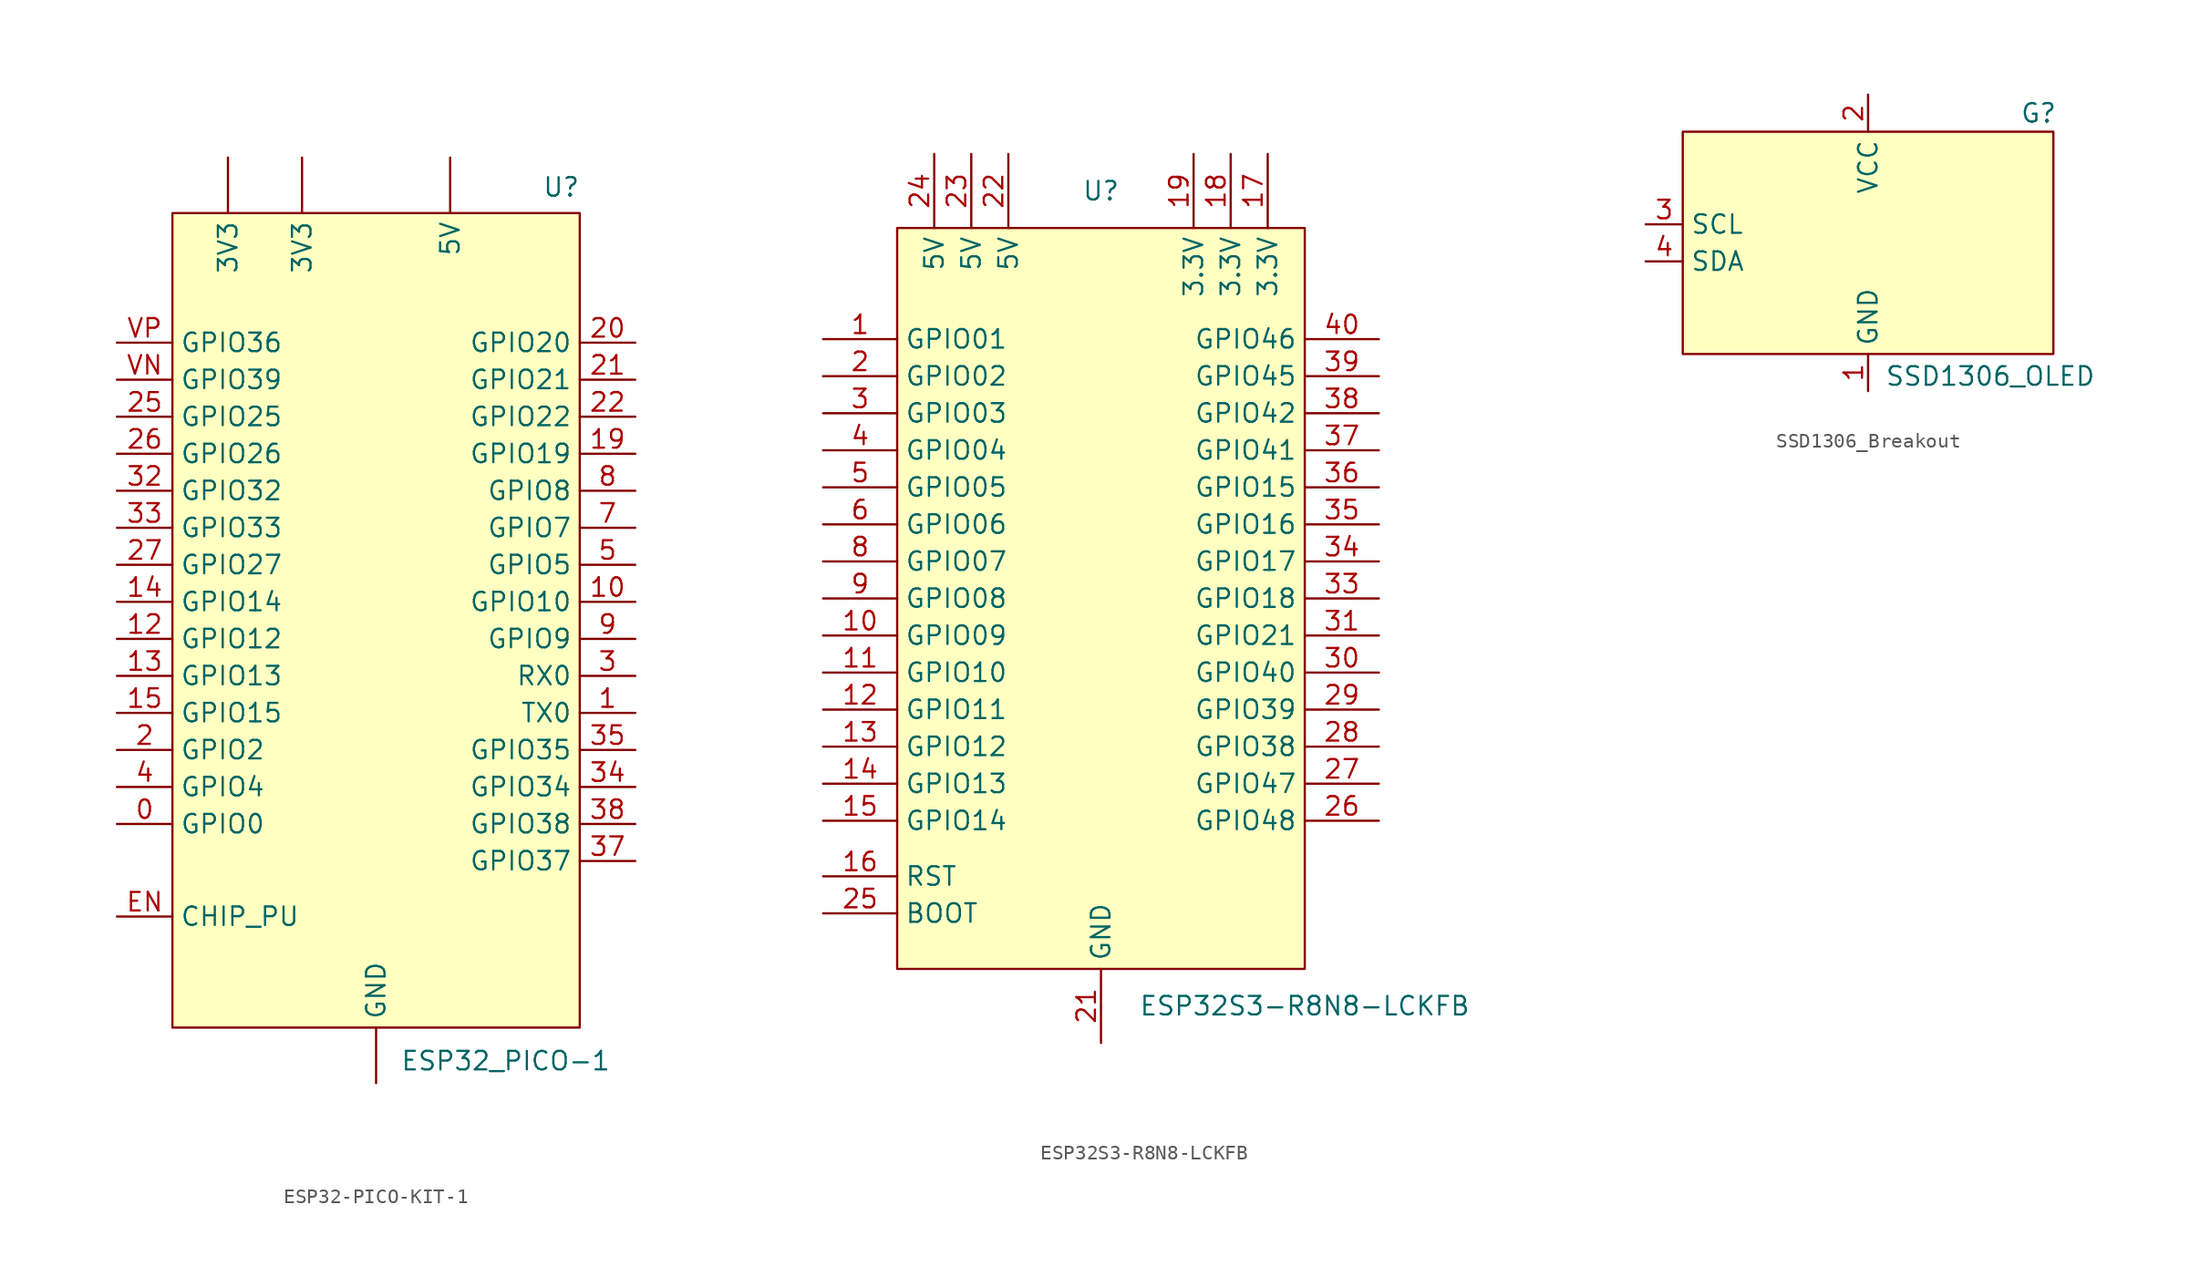
<source format=kicad_sym>
(kicad_symbol_lib
  (version 20241209)
  (generator "kicad_symbol_editor")
  (generator_version "9.0")
  (symbol "ESP32-PICO-KIT-1"
    (property "Reference" "U"
      (at 12.7 29.718 0)
      (effects (font (size 1.27 1.27))))
    (property "Value" "ESP32_PICO-1"
      (at 8.89 -30.226 0)
      (effects (font (size 1.27 1.27))))
    (symbol "ESP32-PICO-KIT-1_1_1"
      (rectangle (start -13.97 27.94) (end 13.97 -27.94) (stroke (width 0) (type solid)) (fill (type background)))
      (pin bidirectional line (at -17.78 19.05 0) (length 3.81) (name "GPIO36" (effects (font (size 1.27 1.27)))) (number "VP" (effects (font (size 1.27 1.27)))) (alternate "ADC1_CH0" input line) (alternate "RTC_GPIO0" bidirectional line))
      (pin bidirectional line (at -17.78 16.51 0) (length 3.81) (name "GPIO39" (effects (font (size 1.27 1.27)))) (number "VN" (effects (font (size 1.27 1.27)))) (alternate "ADC1_CH3" input line) (alternate "RTC_GPIO3" bidirectional line))
      (pin bidirectional line (at -17.78 13.97 0) (length 3.81) (name "GPIO25" (effects (font (size 1.27 1.27)))) (number "25" (effects (font (size 1.27 1.27)))) (alternate "ADC2_CH8" input line) (alternate "DAC_1" output line) (alternate "EMAC_RXD0" input line) (alternate "RTC_GPIO6" bidirectional line))
      (pin bidirectional line (at -17.78 11.43 0) (length 3.81) (name "GPIO26" (effects (font (size 1.27 1.27)))) (number "26" (effects (font (size 1.27 1.27)))) (alternate "ADC2_CH9" input line) (alternate "DAC_2" output line) (alternate "EMAC_RXD1" input line) (alternate "RTC_GPIO7" bidirectional line))
      (pin bidirectional line (at -17.78 8.89 0) (length 3.81) (name "GPIO32" (effects (font (size 1.27 1.27)))) (number "32" (effects (font (size 1.27 1.27)))) (alternate "32K_XP" bidirectional line) (alternate "ADC1_CH4" input line) (alternate "RTC_GPIO9" bidirectional line) (alternate "TOUCH9" input line))
      (pin bidirectional line (at -17.78 6.35 0) (length 3.81) (name "GPIO33" (effects (font (size 1.27 1.27)))) (number "33" (effects (font (size 1.27 1.27)))) (alternate "32K_XN" bidirectional line) (alternate "ADC1_CH5" input line) (alternate "RTC_GPIO8" bidirectional line) (alternate "TOUCH8" input line))
      (pin bidirectional line (at -17.78 3.81 0) (length 3.81) (name "GPIO27" (effects (font (size 1.27 1.27)))) (number "27" (effects (font (size 1.27 1.27)))) (alternate "ADC2_CH7" input line) (alternate "EMAC_RX_DV" bidirectional line) (alternate "RTC_GPIO17" bidirectional line) (alternate "TOUCH7" input line))
      (pin bidirectional line (at -17.78 1.27 0) (length 3.81) (name "GPIO14" (effects (font (size 1.27 1.27)))) (number "14" (effects (font (size 1.27 1.27)))) (alternate "ADC2_CH6" input line) (alternate "EMAC_TXD2" output line) (alternate "HS2_CLK" bidirectional clock) (alternate "HSPICLK" bidirectional clock) (alternate "MTMS" bidirectional line) (alternate "RTC_GPIO16" bidirectional line) (alternate "SD_CLK" bidirectional clock) (alternate "TOUCH6" input line))
      (pin bidirectional line (at -17.78 -1.27 0) (length 3.81) (name "GPIO12" (effects (font (size 1.27 1.27)))) (number "12" (effects (font (size 1.27 1.27)))) (alternate "ADC2_CH5" input line) (alternate "EMAC_TXD3" output line) (alternate "HSPIQ" bidirectional line) (alternate "HS_DATA2" bidirectional line) (alternate "MTDI" input line) (alternate "RTC_GPIO15" bidirectional line) (alternate "SD_DATA2" bidirectional line) (alternate "TOUCH5" input line))
      (pin bidirectional line (at -17.78 -3.81 0) (length 3.81) (name "GPIO13" (effects (font (size 1.27 1.27)))) (number "13" (effects (font (size 1.27 1.27)))) (alternate "ADC2_CH4" input line) (alternate "EMAC_RX_ER" output line) (alternate "HSPID" bidirectional line) (alternate "HS_DATA3" bidirectional line) (alternate "MTCK" bidirectional clock) (alternate "RTC_GPIO14" bidirectional line) (alternate "SD_DATA3" bidirectional line) (alternate "TOUCH4" input line))
      (pin bidirectional line (at -17.78 -6.35 0) (length 3.81) (name "GPIO15" (effects (font (size 1.27 1.27)))) (number "15" (effects (font (size 1.27 1.27)))) (alternate "ADC2_CH3" input line) (alternate "EMAC_RXD3" input line) (alternate "HS2_CMD" bidirectional line) (alternate "HSPICS0" bidirectional line) (alternate "MTDO" output line) (alternate "RTC_GPIO13" bidirectional line) (alternate "SD_CMD" bidirectional line) (alternate "TOUCH3" input line))
      (pin bidirectional line (at -17.78 -8.89 0) (length 3.81) (name "GPIO2" (effects (font (size 1.27 1.27)))) (number "2" (effects (font (size 1.27 1.27)))) (alternate "ADC2_CH2" input line) (alternate "HS2_DATA0" bidirectional line) (alternate "HSPIWP" bidirectional line) (alternate "RTC_GPIO12" bidirectional line) (alternate "SD_DATA0" bidirectional line) (alternate "TOUCH2" input line))
      (pin bidirectional line (at -17.78 -11.43 0) (length 3.81) (name "GPIO4" (effects (font (size 1.27 1.27)))) (number "4" (effects (font (size 1.27 1.27)))) (alternate "ADC2_CH0" input line) (alternate "EMAC_TX_ER" output line) (alternate "HS2_DATA1" bidirectional line) (alternate "HSPIHD" bidirectional line) (alternate "RTC_GPIO10" bidirectional line) (alternate "SD_DATA1" bidirectional line) (alternate "TOUCH0" input line))
      (pin bidirectional line (at -17.78 -13.97 0) (length 3.81) (name "GPIO0" (effects (font (size 1.27 1.27)))) (number "0" (effects (font (size 1.27 1.27)))) (alternate "ADC2_CH1" input line) (alternate "CLK_OUT1" output clock) (alternate "EMAC_TX_CLK" bidirectional clock) (alternate "RTC_GPIO11" bidirectional line) (alternate "TOUCH1" input line))
      (pin input line (at -17.78 -20.32 0) (length 3.81) (name "CHIP_PU" (effects (font (size 1.27 1.27)))) (number "EN" (effects (font (size 1.27 1.27)))))
      (pin power_in line (at -10.16 31.75 270) (length 3.81) (name "3V3" (effects (font (size 1.27 1.27)))) (number "3V3" (effects (font (size 0 0)))))
      (pin power_in line (at -5.08 31.75 270) (length 3.81) (name "3V3" (effects (font (size 1.27 1.27)))) (number "3V3" (effects (font (size 0 0)))))
      (pin power_in line (at 0 -31.75 90) (length 3.81) (name "GND" (effects (font (size 1.27 1.27)))) (number "GND" (effects (font (size 0 0)))))
      (pin power_in line (at 5.08 31.75 270) (length 3.81) (name "5V" (effects (font (size 1.27 1.27)))) (number "5V" (effects (font (size 0 0)))))
      (pin bidirectional line (at 17.78 19.05 180) (length 3.81) (name "GPIO20" (effects (font (size 1.27 1.27)))) (number "20" (effects (font (size 1.27 1.27)))))
      (pin bidirectional line (at 17.78 16.51 180) (length 3.81) (name "GPIO21" (effects (font (size 1.27 1.27)))) (number "21" (effects (font (size 1.27 1.27)))) (alternate "EMAC_TX_EN" bidirectional line) (alternate "VSPIHD" passive line))
      (pin bidirectional line (at 17.78 13.97 180) (length 3.81) (name "GPIO22" (effects (font (size 1.27 1.27)))) (number "22" (effects (font (size 1.27 1.27)))) (alternate "EMAC_TXD1" output line) (alternate "U0RTS" bidirectional line) (alternate "VSPIWP" bidirectional line))
      (pin bidirectional line (at 17.78 11.43 180) (length 3.81) (name "GPIO19" (effects (font (size 1.27 1.27)))) (number "19" (effects (font (size 1.27 1.27)))) (alternate "EMAC_TXD0" output line) (alternate "U0CTS" bidirectional line) (alternate "VSPIQ" bidirectional line))
      (pin bidirectional line (at 17.78 8.89 180) (length 3.81) (name "GPIO8" (effects (font (size 1.27 1.27)))) (number "8" (effects (font (size 1.27 1.27)))) (alternate "HS1_DATA1" bidirectional line) (alternate "SD_DATA1" bidirectional line) (alternate "U2CTS" bidirectional line))
      (pin bidirectional line (at 17.78 6.35 180) (length 3.81) (name "GPIO7" (effects (font (size 1.27 1.27)))) (number "7" (effects (font (size 1.27 1.27)))) (alternate "HS1_DATA0" bidirectional line) (alternate "SD_DATA0" bidirectional line) (alternate "U2RTS" bidirectional line))
      (pin bidirectional line (at 17.78 3.81 180) (length 3.81) (name "GPIO5" (effects (font (size 1.27 1.27)))) (number "5" (effects (font (size 1.27 1.27)))) (alternate "EMAC_RX_CLK" bidirectional clock) (alternate "HS1_DATA6" bidirectional line) (alternate "VSPICS0" output line))
      (pin bidirectional line (at 17.78 1.27 180) (length 3.81) (name "GPIO10" (effects (font (size 1.27 1.27)))) (number "10" (effects (font (size 1.27 1.27)))) (alternate "HS1_DATA3" bidirectional line) (alternate "SD_DATA3" bidirectional line) (alternate "SPIWP" output line) (alternate "U1TXD" output line))
      (pin bidirectional line (at 17.78 -1.27 180) (length 3.81) (name "GPIO9" (effects (font (size 1.27 1.27)))) (number "9" (effects (font (size 1.27 1.27)))) (alternate "HS1_DATA2" bidirectional line) (alternate "SD_DATA2" bidirectional line) (alternate "SPIHD" bidirectional line) (alternate "U1RXD" input line))
      (pin input line (at 17.78 -3.81 180) (length 3.81) (name "RX0" (effects (font (size 1.27 1.27)))) (number "3" (effects (font (size 1.27 1.27)))) (alternate "CLK_OUT2" output clock) (alternate "GPIO3" bidirectional line))
      (pin output line (at 17.78 -6.35 180) (length 3.81) (name "TX0" (effects (font (size 1.27 1.27)))) (number "1" (effects (font (size 1.27 1.27)))) (alternate "CLK_OUT3" output clock) (alternate "EMAC_RXD2" input line) (alternate "GPIO1" bidirectional line))
      (pin bidirectional line (at 17.78 -8.89 180) (length 3.81) (name "GPIO35" (effects (font (size 1.27 1.27)))) (number "35" (effects (font (size 1.27 1.27)))) (alternate "ADC1_CH7" input line) (alternate "RTC_GPIO5" bidirectional line))
      (pin bidirectional line (at 17.78 -11.43 180) (length 3.81) (name "GPIO34" (effects (font (size 1.27 1.27)))) (number "34" (effects (font (size 1.27 1.27)))) (alternate "ADC1_CH6" input line) (alternate "RTC_GPIO4" bidirectional line))
      (pin bidirectional line (at 17.78 -13.97 180) (length 3.81) (name "GPIO38" (effects (font (size 1.27 1.27)))) (number "38" (effects (font (size 1.27 1.27)))) (alternate "ADC1_CH2" input line) (alternate "RTC_GPIO2" bidirectional line))
      (pin bidirectional line (at 17.78 -16.51 180) (length 3.81) (name "GPIO37" (effects (font (size 1.27 1.27)))) (number "37" (effects (font (size 1.27 1.27)))) (alternate "ADC1_CH1" input line) (alternate "RTC_GPIO1" bidirectional line))))
  (symbol "ESP32S3-R8N8-LCKFB"
    (property "Reference" "U"
      (at 0 27.94 0)
      (effects (font (size 1.27 1.27))))
    (property "Value" "ESP32S3-R8N8-LCKFB"
      (at 13.97 -27.94 0)
      (effects (font (size 1.27 1.27))))
    (symbol "ESP32S3-R8N8-LCKFB_0_1"
      (pin input line (at -19.05 -19.05 0) (length 5.08) (name "RST" (effects (font (size 1.27 1.27)))) (number "16" (effects (font (size 1.27 1.27)))))
      (pin input line (at -19.05 -21.59 0) (length 5.08) (name "BOOT" (effects (font (size 1.27 1.27)))) (number "25" (effects (font (size 1.27 1.27)))))
      (pin power_in line (at -11.43 30.48 270) (length 5.08) (name "5V" (effects (font (size 1.27 1.27)))) (number "24" (effects (font (size 1.27 1.27)))))
      (pin power_in line (at -8.89 30.48 270) (length 5.08) (name "5V" (effects (font (size 1.27 1.27)))) (number "23" (effects (font (size 1.27 1.27)))))
      (pin power_in line (at -6.35 30.48 270) (length 5.08) (name "5V" (effects (font (size 1.27 1.27)))) (number "22" (effects (font (size 1.27 1.27)))))
      (pin input line (at 0 -30.48 90) (length 5.08) (hide yes) (name "GND" (effects (font (size 1.27 1.27)))) (number "32" (effects (font (size 1.27 1.27)))))
      (pin input line (at 0 -30.48 90) (length 5.08) (hide yes) (name "GND" (effects (font (size 1.27 1.27)))) (number "7" (effects (font (size 1.27 1.27)))))
      (pin power_out line (at 6.35 30.48 270) (length 5.08) (name "3.3V" (effects (font (size 1.27 1.27)))) (number "19" (effects (font (size 1.27 1.27)))))
      (pin power_out line (at 8.89 30.48 270) (length 5.08) (name "3.3V" (effects (font (size 1.27 1.27)))) (number "18" (effects (font (size 1.27 1.27)))))
      (pin power_out line (at 11.43 30.48 270) (length 5.08) (name "3.3V" (effects (font (size 1.27 1.27)))) (number "17" (effects (font (size 1.27 1.27))))))
    (symbol "ESP32S3-R8N8-LCKFB_1_1"
      (rectangle (start -13.97 25.4) (end 13.97 -25.4) (stroke (width 0) (type solid)) (fill (type background)))
      (pin bidirectional line (at -19.05 17.78 0) (length 5.08) (name "GPIO01" (effects (font (size 1.27 1.27)))) (number "1" (effects (font (size 1.27 1.27)))) (alternate "ADC1-CH0" input line) (alternate "TOUCH1" input line))
      (pin bidirectional line (at -19.05 15.24 0) (length 5.08) (name "GPIO02" (effects (font (size 1.27 1.27)))) (number "2" (effects (font (size 1.27 1.27)))) (alternate "ADC1-CH1" input line) (alternate "TOUCH2" input line))
      (pin bidirectional line (at -19.05 12.7 0) (length 5.08) (name "GPIO03" (effects (font (size 1.27 1.27)))) (number "3" (effects (font (size 1.27 1.27)))) (alternate "ADC1-CH2" input line) (alternate "TOUCH3" input line))
      (pin bidirectional line (at -19.05 10.16 0) (length 5.08) (name "GPIO04" (effects (font (size 1.27 1.27)))) (number "4" (effects (font (size 1.27 1.27)))) (alternate "ADC1-CH3" input line) (alternate "TOUCH4" input line))
      (pin bidirectional line (at -19.05 7.62 0) (length 5.08) (name "GPIO05" (effects (font (size 1.27 1.27)))) (number "5" (effects (font (size 1.27 1.27)))) (alternate "ADC1-CH4" input line) (alternate "TOUCH5" input line))
      (pin bidirectional line (at -19.05 5.08 0) (length 5.08) (name "GPIO06" (effects (font (size 1.27 1.27)))) (number "6" (effects (font (size 1.27 1.27)))) (alternate "ADC1-CH5" input line) (alternate "TOUCH6" input line))
      (pin bidirectional line (at -19.05 2.54 0) (length 5.08) (name "GPIO07" (effects (font (size 1.27 1.27)))) (number "8" (effects (font (size 1.27 1.27)))) (alternate "ADC1-CH6" input line) (alternate "TOUCH7" input line))
      (pin bidirectional line (at -19.05 0 0) (length 5.08) (name "GPIO08" (effects (font (size 1.27 1.27)))) (number "9" (effects (font (size 1.27 1.27)))) (alternate "ADC1-CH7" input line) (alternate "TOUCH8" input line))
      (pin bidirectional line (at -19.05 -2.54 0) (length 5.08) (name "GPIO09" (effects (font (size 1.27 1.27)))) (number "10" (effects (font (size 1.27 1.27)))) (alternate "ADC1-CH8" input line) (alternate "TOUCH9" input line))
      (pin bidirectional line (at -19.05 -5.08 0) (length 5.08) (name "GPIO10" (effects (font (size 1.27 1.27)))) (number "11" (effects (font (size 1.27 1.27)))) (alternate "ADC1-CH9" input line) (alternate "TOUCH10" input line))
      (pin bidirectional line (at -19.05 -7.62 0) (length 5.08) (name "GPIO11" (effects (font (size 1.27 1.27)))) (number "12" (effects (font (size 1.27 1.27)))) (alternate "ADC2-CH0" input line) (alternate "TOUCH12" input line))
      (pin bidirectional line (at -19.05 -10.16 0) (length 5.08) (name "GPIO12" (effects (font (size 1.27 1.27)))) (number "13" (effects (font (size 1.27 1.27)))) (alternate "ADC2-CH1" input line) (alternate "TOUCH12" input line))
      (pin bidirectional line (at -19.05 -12.7 0) (length 5.08) (name "GPIO13" (effects (font (size 1.27 1.27)))) (number "14" (effects (font (size 1.27 1.27)))) (alternate "ADC2-CH2" input line) (alternate "TOUCH13" input line))
      (pin bidirectional line (at -19.05 -15.24 0) (length 5.08) (name "GPIO14" (effects (font (size 1.27 1.27)))) (number "15" (effects (font (size 1.27 1.27)))) (alternate "ADC2-CH3" input line) (alternate "TOUCH14" input line))
      (pin input line (at 0 -30.48 90) (length 5.08) (hide yes) (name "GND" (effects (font (size 1.27 1.27)))) (number "20" (effects (font (size 1.27 1.27)))))
      (pin power_in line (at 0 -30.48 90) (length 5.08) (name "GND" (effects (font (size 1.27 1.27)))) (number "21" (effects (font (size 1.27 1.27)))))
      (pin bidirectional line (at 19.05 17.78 180) (length 5.08) (name "GPIO46" (effects (font (size 1.27 1.27)))) (number "40" (effects (font (size 1.27 1.27)))))
      (pin bidirectional line (at 19.05 15.24 180) (length 5.08) (name "GPIO45" (effects (font (size 1.27 1.27)))) (number "39" (effects (font (size 1.27 1.27)))))
      (pin bidirectional line (at 19.05 12.7 180) (length 5.08) (name "GPIO42" (effects (font (size 1.27 1.27)))) (number "38" (effects (font (size 1.27 1.27)))) (alternate "MTMS" input line))
      (pin bidirectional line (at 19.05 10.16 180) (length 5.08) (name "GPIO41" (effects (font (size 1.27 1.27)))) (number "37" (effects (font (size 1.27 1.27)))) (alternate "MTDI" input line))
      (pin bidirectional line (at 19.05 7.62 180) (length 5.08) (name "GPIO15" (effects (font (size 1.27 1.27)))) (number "36" (effects (font (size 1.27 1.27)))) (alternate "ADC2-CH4" input line))
      (pin bidirectional line (at 19.05 5.08 180) (length 5.08) (name "GPIO16" (effects (font (size 1.27 1.27)))) (number "35" (effects (font (size 1.27 1.27)))) (alternate "ADC2-CH5" input line))
      (pin bidirectional line (at 19.05 2.54 180) (length 5.08) (name "GPIO17" (effects (font (size 1.27 1.27)))) (number "34" (effects (font (size 1.27 1.27)))) (alternate "ADC2-CH6" input line))
      (pin bidirectional line (at 19.05 0 180) (length 5.08) (name "GPIO18" (effects (font (size 1.27 1.27)))) (number "33" (effects (font (size 1.27 1.27)))) (alternate "ADC2-CH7" input line))
      (pin bidirectional line (at 19.05 -2.54 180) (length 5.08) (name "GPIO21" (effects (font (size 1.27 1.27)))) (number "31" (effects (font (size 1.27 1.27)))))
      (pin bidirectional line (at 19.05 -5.08 180) (length 5.08) (name "GPIO40" (effects (font (size 1.27 1.27)))) (number "30" (effects (font (size 1.27 1.27)))) (alternate "MTDO" output line))
      (pin bidirectional line (at 19.05 -7.62 180) (length 5.08) (name "GPIO39" (effects (font (size 1.27 1.27)))) (number "29" (effects (font (size 1.27 1.27)))) (alternate "MTCK" input line))
      (pin bidirectional line (at 19.05 -10.16 180) (length 5.08) (name "GPIO38" (effects (font (size 1.27 1.27)))) (number "28" (effects (font (size 1.27 1.27)))))
      (pin bidirectional line (at 19.05 -12.7 180) (length 5.08) (name "GPIO47" (effects (font (size 1.27 1.27)))) (number "27" (effects (font (size 1.27 1.27)))))
      (pin bidirectional line (at 19.05 -15.24 180) (length 5.08) (name "GPIO48" (effects (font (size 1.27 1.27)))) (number "26" (effects (font (size 1.27 1.27)))))))
  (symbol "SSD1306_Breakout"
    (property "Reference" "G"
      (at 11.684 8.89 0)
      (effects (font (size 1.27 1.27))))
    (property "Value" "SSD1306_OLED"
      (at 8.382 -9.144 0)
      (effects (font (size 1.27 1.27))))
    (symbol "SSD1306_Breakout_1_1"
      (rectangle (start -12.7 7.62) (end 12.7 -7.62) (stroke (width 0) (type solid)) (fill (type background)))
      (pin open_collector line (at -15.24 1.27 0) (length 2.54) (name "SCL" (effects (font (size 1.27 1.27)))) (number "3" (effects (font (size 1.27 1.27)))))
      (pin open_collector line (at -15.24 -1.27 0) (length 2.54) (name "SDA" (effects (font (size 1.27 1.27)))) (number "4" (effects (font (size 1.27 1.27)))))
      (pin power_in line (at 0 10.16 270) (length 2.54) (name "VCC" (effects (font (size 1.27 1.27)))) (number "2" (effects (font (size 1.27 1.27)))))
      (pin power_in line (at 0 -10.16 90) (length 2.54) (name "GND" (effects (font (size 1.27 1.27)))) (number "1" (effects (font (size 1.27 1.27))))))))
</source>
